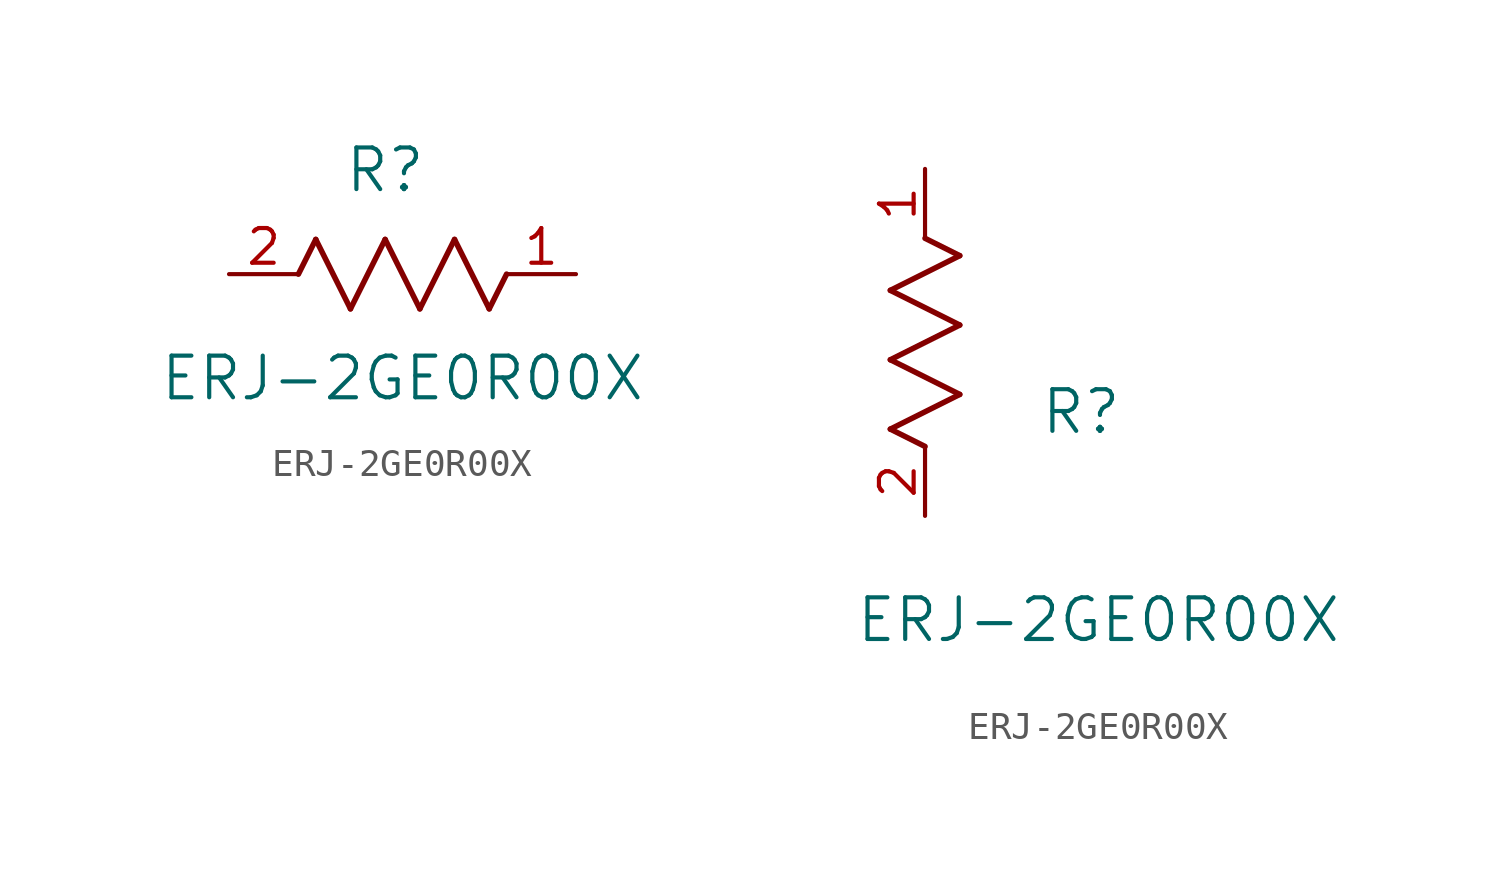
<source format=kicad_sym>
(kicad_symbol_lib
  (version 20211014)
  (generator kicad_symbol_editor)
  (symbol "ERJ-2GE0R00X"
    (pin_names
      (offset 0.254))
    (property "Reference" "R"
      (at 5.715 3.81 0)
      (effects (font (size 1.524 1.524))))
    (property "Value" "ERJ-2GE0R00X"
      (at 6.35 -3.81 0)
      (effects (font (size 1.524 1.524))))
    (symbol "ERJ-2GE0R00X_1_1"
      (polyline (pts (xy 3.175 1.27) (xy 4.445 -1.27)) (stroke (width 0.203) (type default) (color 0 0 0 0)) (fill (type none)))
      (polyline (pts (xy 4.445 -1.27) (xy 5.715 1.27)) (stroke (width 0.203) (type default) (color 0 0 0 0)) (fill (type none)))
      (polyline (pts (xy 5.715 1.27) (xy 6.985 -1.27)) (stroke (width 0.203) (type default) (color 0 0 0 0)) (fill (type none)))
      (polyline (pts (xy 6.985 -1.27) (xy 8.255 1.27)) (stroke (width 0.203) (type default) (color 0 0 0 0)) (fill (type none)))
      (polyline (pts (xy 8.255 1.27) (xy 9.525 -1.27)) (stroke (width 0.203) (type default) (color 0 0 0 0)) (fill (type none)))
      (polyline (pts (xy 2.54 0) (xy 3.175 1.27)) (stroke (width 0.203) (type default) (color 0 0 0 0)) (fill (type none)))
      (polyline (pts (xy 9.525 -1.27) (xy 10.16 0)) (stroke (width 0.203) (type default) (color 0 0 0 0)) (fill (type none)))
      (pin unspecified line (at 12.7 0 180) (length 2.54) (name "" (effects (font (size 1.27 1.27)))) (number "1" (effects (font (size 1.27 1.27)))))
      (pin unspecified line (at 0 0 0) (length 2.54) (name "" (effects (font (size 1.27 1.27)))) (number "2" (effects (font (size 1.27 1.27))))))
    (symbol "ERJ-2GE0R00X_1_2"
      (polyline (pts (xy 0 2.54) (xy -1.27 3.175)) (stroke (width 0.203) (type default) (color 0 0 0 0)) (fill (type none)))
      (polyline (pts (xy -1.27 3.175) (xy 1.27 4.445)) (stroke (width 0.203) (type default) (color 0 0 0 0)) (fill (type none)))
      (polyline (pts (xy 1.27 4.445) (xy -1.27 5.715)) (stroke (width 0.203) (type default) (color 0 0 0 0)) (fill (type none)))
      (polyline (pts (xy -1.27 5.715) (xy 1.27 6.985)) (stroke (width 0.203) (type default) (color 0 0 0 0)) (fill (type none)))
      (polyline (pts (xy -1.27 8.255) (xy 1.27 9.525)) (stroke (width 0.203) (type default) (color 0 0 0 0)) (fill (type none)))
      (polyline (pts (xy 1.27 9.525) (xy 0 10.16)) (stroke (width 0.203) (type default) (color 0 0 0 0)) (fill (type none)))
      (polyline (pts (xy 1.27 6.985) (xy -1.27 8.255)) (stroke (width 0.203) (type default) (color 0 0 0 0)) (fill (type none)))
      (pin unspecified line (at 0 12.7 270) (length 2.54) (name "" (effects (font (size 1.27 1.27)))) (number "1" (effects (font (size 1.27 1.27)))))
      (pin unspecified line (at 0 0 90) (length 2.54) (name "" (effects (font (size 1.27 1.27)))) (number "2" (effects (font (size 1.27 1.27))))))))
</source>
